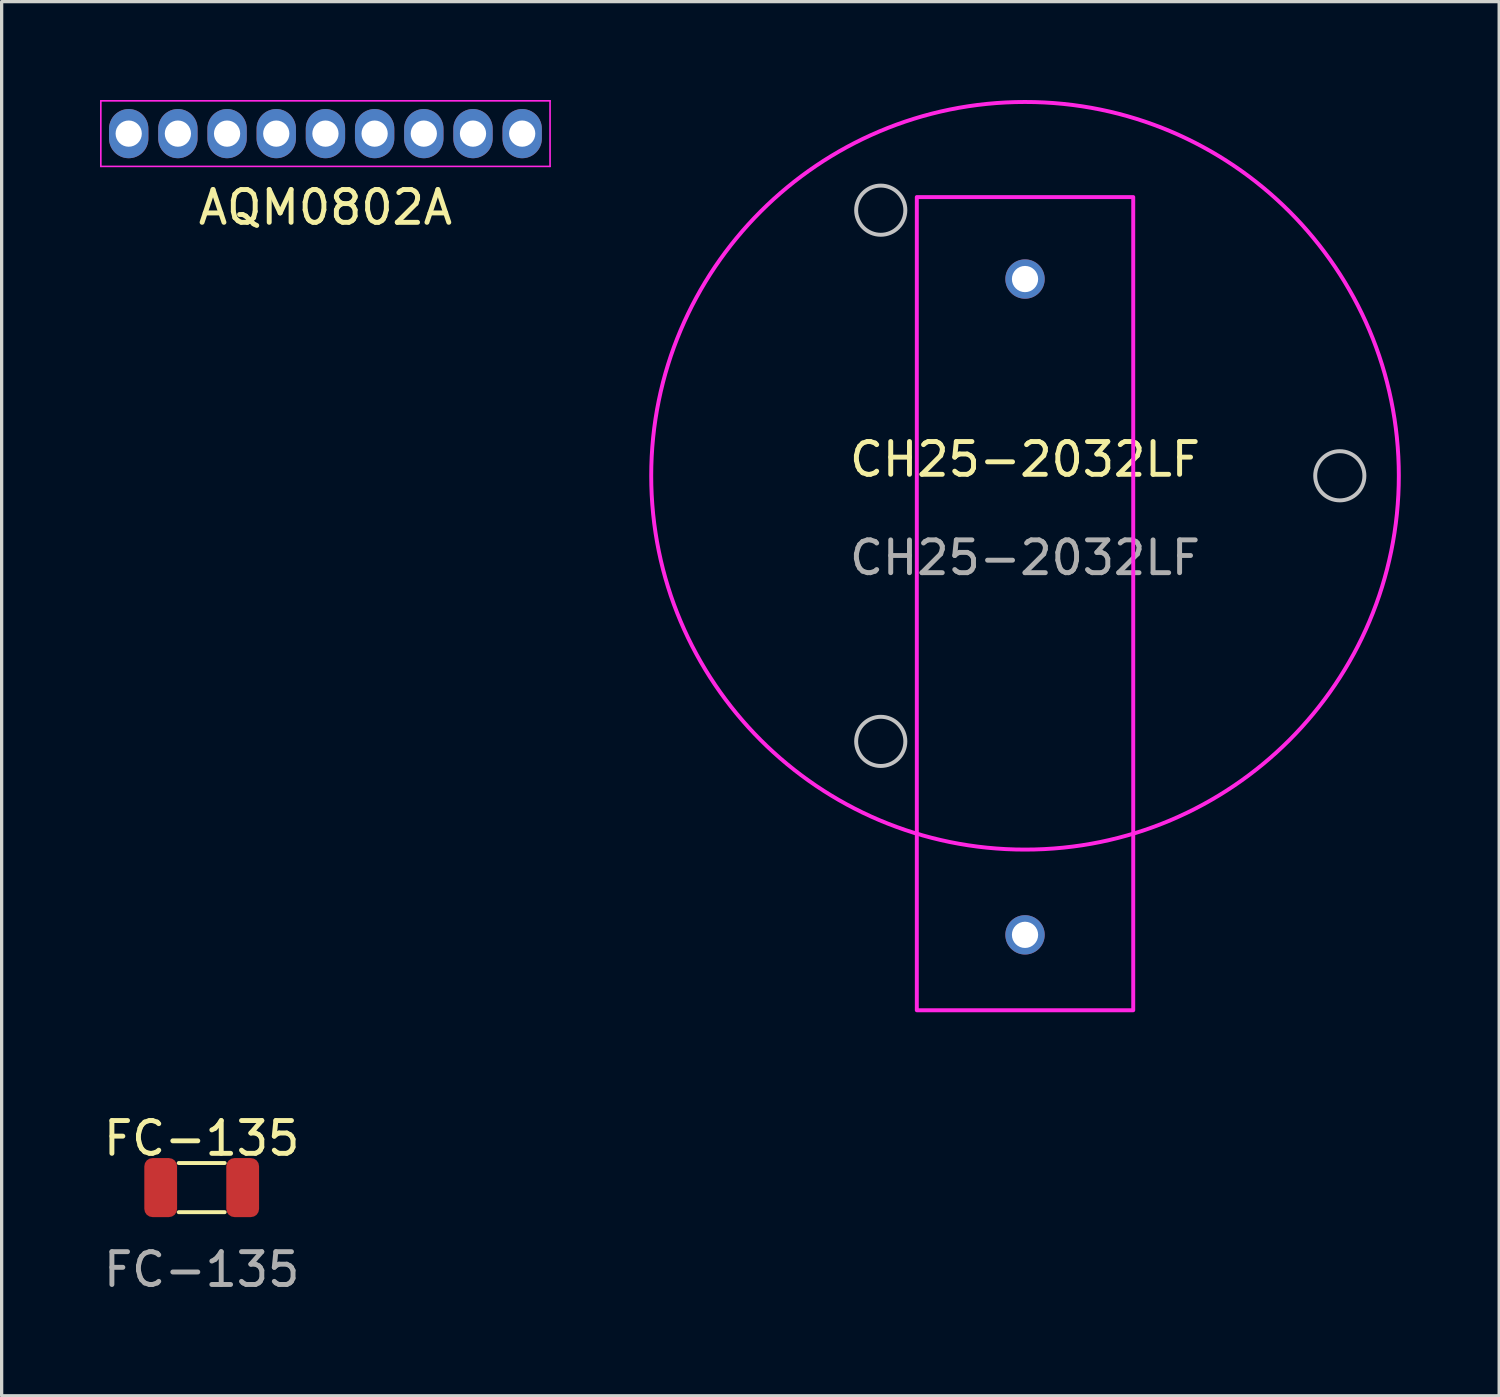
<source format=kicad_pcb>
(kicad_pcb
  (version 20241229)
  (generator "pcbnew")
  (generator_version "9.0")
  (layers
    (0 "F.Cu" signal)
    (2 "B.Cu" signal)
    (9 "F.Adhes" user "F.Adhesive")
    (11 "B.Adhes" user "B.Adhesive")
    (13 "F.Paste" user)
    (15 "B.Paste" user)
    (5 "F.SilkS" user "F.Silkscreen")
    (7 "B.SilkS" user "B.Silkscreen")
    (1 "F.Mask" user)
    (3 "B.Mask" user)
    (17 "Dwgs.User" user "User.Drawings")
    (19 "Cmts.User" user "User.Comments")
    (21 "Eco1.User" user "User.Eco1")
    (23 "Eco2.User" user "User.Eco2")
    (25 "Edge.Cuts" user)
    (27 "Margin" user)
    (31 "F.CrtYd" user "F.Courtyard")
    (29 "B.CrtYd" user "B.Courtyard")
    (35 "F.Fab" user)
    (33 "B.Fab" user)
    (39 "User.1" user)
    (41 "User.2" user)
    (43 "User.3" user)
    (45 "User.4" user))
  (footprint "AQM0802A"
    (layer "F.Cu")
    (at 6.875 1.025)
    (property "Reference" "AQM0802A" (at 0 2.25 0) (layer "F.SilkS") (effects (font (size 1 1) (thickness 0.15))))
    (attr through_hole)
    (fp_line (start -6.85 -1) (end 6.85 -1) (stroke (width 0.05) (type default)) (layer "F.CrtYd"))
    (fp_line (start -6.85 1) (end -6.85 -1) (stroke (width 0.05) (type default)) (layer "F.CrtYd"))
    (fp_line (start 6.85 -1) (end 6.85 1) (stroke (width 0.05) (type default)) (layer "F.CrtYd"))
    (fp_line (start 6.85 1) (end -6.85 1) (stroke (width 0.05) (type default)) (layer "F.CrtYd"))
    (pad "1" thru_hole oval (at -6 0) (size 1.2 1.5) (drill 0.8) (layers "*.Cu" "*.Mask"))
    (pad "2" thru_hole oval (at -4.5 0) (size 1.2 1.5) (drill 0.8) (layers "*.Cu" "*.Mask"))
    (pad "3" thru_hole oval (at -3 0) (size 1.2 1.5) (drill 0.8) (layers "*.Cu" "*.Mask"))
    (pad "4" thru_hole oval (at -1.5 0) (size 1.2 1.5) (drill 0.8) (layers "*.Cu" "*.Mask"))
    (pad "5" thru_hole oval (at 0 0) (size 1.2 1.5) (drill 0.8) (layers "*.Cu" "*.Mask"))
    (pad "6" thru_hole oval (at 1.5 0) (size 1.2 1.5) (drill 0.8) (layers "*.Cu" "*.Mask"))
    (pad "7" thru_hole oval (at 3 0) (size 1.2 1.5) (drill 0.8) (layers "*.Cu" "*.Mask"))
    (pad "8" thru_hole oval (at 4.5 0) (size 1.2 1.5) (drill 0.8) (layers "*.Cu" "*.Mask"))
    (pad "9" thru_hole oval (at 6 0) (size 1.2 1.5) (drill 0.8) (layers "*.Cu" "*.Mask")))
  (footprint "CH25-2032LF"
    (layer "F.Cu")
    (at 28.21 11.46)
    (property "Reference" "CH25-2032LF" (at 0 -0.5 0) (unlocked yes) (layer "F.SilkS") (effects (font (size 1 1) (thickness 0.15))))
    (attr through_hole)
    (fp_circle (center -4.4 -8.1) (end -3.65 -8.1) (stroke (width 0.12) (type default)) (fill no) (layer "Dwgs.User"))
    (fp_circle (center -4.4 8.1) (end -3.65 8.1) (stroke (width 0.12) (type default)) (fill no) (layer "Dwgs.User"))
    (fp_circle (center 9.6 0) (end 10.35 0) (stroke (width 0.12) (type default)) (fill no) (layer "Dwgs.User"))
    (fp_rect (start -3.3 -8.5) (end 3.3 16.3) (stroke (width 0.12) (type default)) (fill no) (layer "F.CrtYd"))
    (fp_circle (center 0 0) (end 11.4 0) (stroke (width 0.12) (type default)) (fill no) (layer "F.CrtYd"))
    (fp_text user "${REFERENCE}" (at 0 2.5 0) (unlocked yes) (layer "F.Fab") (effects (font (size 1 1) (thickness 0.15))))
    (pad "1" thru_hole circle (at 0 14) (size 1.2 1.2) (drill 0.8) (layers "*.Cu" "*.Mask"))
    (pad "2" thru_hole circle (at 0 -6) (size 1.2 1.2) (drill 0.8) (layers "*.Cu" "*.Mask")))
  (footprint "FC-135"
    (layer "F.Cu")
    (at 3.101 33.168)
    (property "Reference" "FC-135" (at 0 -1.5 0) (unlocked yes) (layer "F.SilkS") (effects (font (size 1 1) (thickness 0.15))))
    (attr smd)
    (fp_line (start 0.7 -0.75) (end -0.7 -0.75) (stroke (width 0.12) (type default)) (layer "F.SilkS"))
    (fp_line (start 0.7 0.75) (end -0.7 0.75) (stroke (width 0.12) (type default)) (layer "F.SilkS"))
    (fp_text user "${REFERENCE}" (at 0 2.5 0) (unlocked yes) (layer "F.Fab") (effects (font (size 1 1) (thickness 0.15))))
    (pad "1" smd roundrect (at 1.25 0) (size 1 1.8) (layers "F.Cu" "F.Mask" "F.Paste") (roundrect_rratio 0.25))
    (pad "2" smd roundrect (at -1.25 0) (size 1 1.8) (layers "F.Cu" "F.Mask" "F.Paste") (roundrect_rratio 0.25)))
  (gr_rect
    (start -3 -3)
    (end 42.67 39.517)
    (stroke (width 0.1) (type default))
    (fill no)
    (layer "Edge.Cuts")))
</source>
